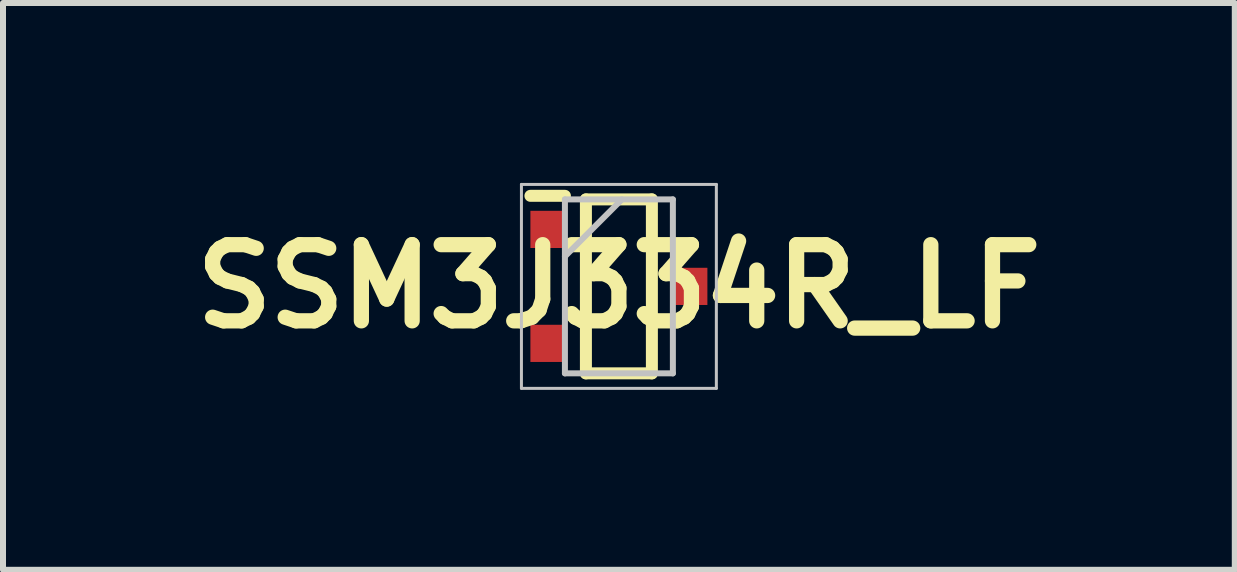
<source format=kicad_pcb>
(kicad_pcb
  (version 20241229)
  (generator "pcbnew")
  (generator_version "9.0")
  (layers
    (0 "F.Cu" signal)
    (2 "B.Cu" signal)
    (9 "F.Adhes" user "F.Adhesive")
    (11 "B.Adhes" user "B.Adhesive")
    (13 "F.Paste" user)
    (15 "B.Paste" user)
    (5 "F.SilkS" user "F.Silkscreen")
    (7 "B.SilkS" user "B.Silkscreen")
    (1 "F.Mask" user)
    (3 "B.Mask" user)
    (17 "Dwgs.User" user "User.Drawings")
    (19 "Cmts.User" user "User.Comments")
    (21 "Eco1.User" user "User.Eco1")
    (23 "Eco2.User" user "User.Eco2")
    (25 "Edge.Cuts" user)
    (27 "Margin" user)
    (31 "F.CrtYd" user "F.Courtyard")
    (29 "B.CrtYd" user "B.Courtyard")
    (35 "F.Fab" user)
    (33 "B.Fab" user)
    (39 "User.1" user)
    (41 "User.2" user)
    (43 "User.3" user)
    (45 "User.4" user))
  (footprint "SSM3J334R_LF"
    (layer "F.Cu")
    (at 7.269 1.725)
    (property "Reference" "SSM3J334R_LF" (at 0 0 0) (layer "F.SilkS") (effects (font (size 1.27 1.27) (thickness 0.254))))
    (attr smd)
    (fp_line (start -1.475 -1.51) (end -0.9 -1.51) (stroke (width 0.2) (type solid)) (layer "F.SilkS"))
    (fp_line (start -0.55 -1.45) (end 0.55 -1.45) (stroke (width 0.2) (type solid)) (layer "F.SilkS"))
    (fp_line (start -0.55 1.45) (end -0.55 -1.45) (stroke (width 0.2) (type solid)) (layer "F.SilkS"))
    (fp_line (start 0.55 -1.45) (end 0.55 1.45) (stroke (width 0.2) (type solid)) (layer "F.SilkS"))
    (fp_line (start 0.55 1.45) (end -0.55 1.45) (stroke (width 0.2) (type solid)) (layer "F.SilkS"))
    (fp_line (start -1.625 -1.7) (end 1.625 -1.7) (stroke (width 0.05) (type solid)) (layer "Dwgs.User"))
    (fp_line (start -1.625 1.7) (end -1.625 -1.7) (stroke (width 0.05) (type solid)) (layer "Dwgs.User"))
    (fp_line (start -0.9 -1.45) (end 0.9 -1.45) (stroke (width 0.1) (type solid)) (layer "Dwgs.User"))
    (fp_line (start -0.9 -0.5) (end 0.05 -1.45) (stroke (width 0.1) (type solid)) (layer "Dwgs.User"))
    (fp_line (start -0.9 1.45) (end -0.9 -1.45) (stroke (width 0.1) (type solid)) (layer "Dwgs.User"))
    (fp_line (start 0.9 -1.45) (end 0.9 1.45) (stroke (width 0.1) (type solid)) (layer "Dwgs.User"))
    (fp_line (start 0.9 1.45) (end -0.9 1.45) (stroke (width 0.1) (type solid)) (layer "Dwgs.User"))
    (fp_line (start 1.625 -1.7) (end 1.625 1.7) (stroke (width 0.05) (type solid)) (layer "Dwgs.User"))
    (fp_line (start 1.625 1.7) (end -1.625 1.7) (stroke (width 0.05) (type solid)) (layer "Dwgs.User"))
    (pad "1" smd rect (at -1.188 -0.95) (size 0.575 0.62) (layers "F.Cu" "F.Mask" "F.Paste"))
    (pad "2" smd rect (at -1.188 0.95) (size 0.575 0.62) (layers "F.Cu" "F.Mask" "F.Paste"))
    (pad "3" smd rect (at 1.188 0) (size 0.575 0.62) (layers "F.Cu" "F.Mask" "F.Paste")))
  (gr_rect
    (start -3 -3)
    (end 17.538 6.45)
    (stroke (width 0.1) (type default))
    (fill no)
    (layer "Edge.Cuts")))
</source>
